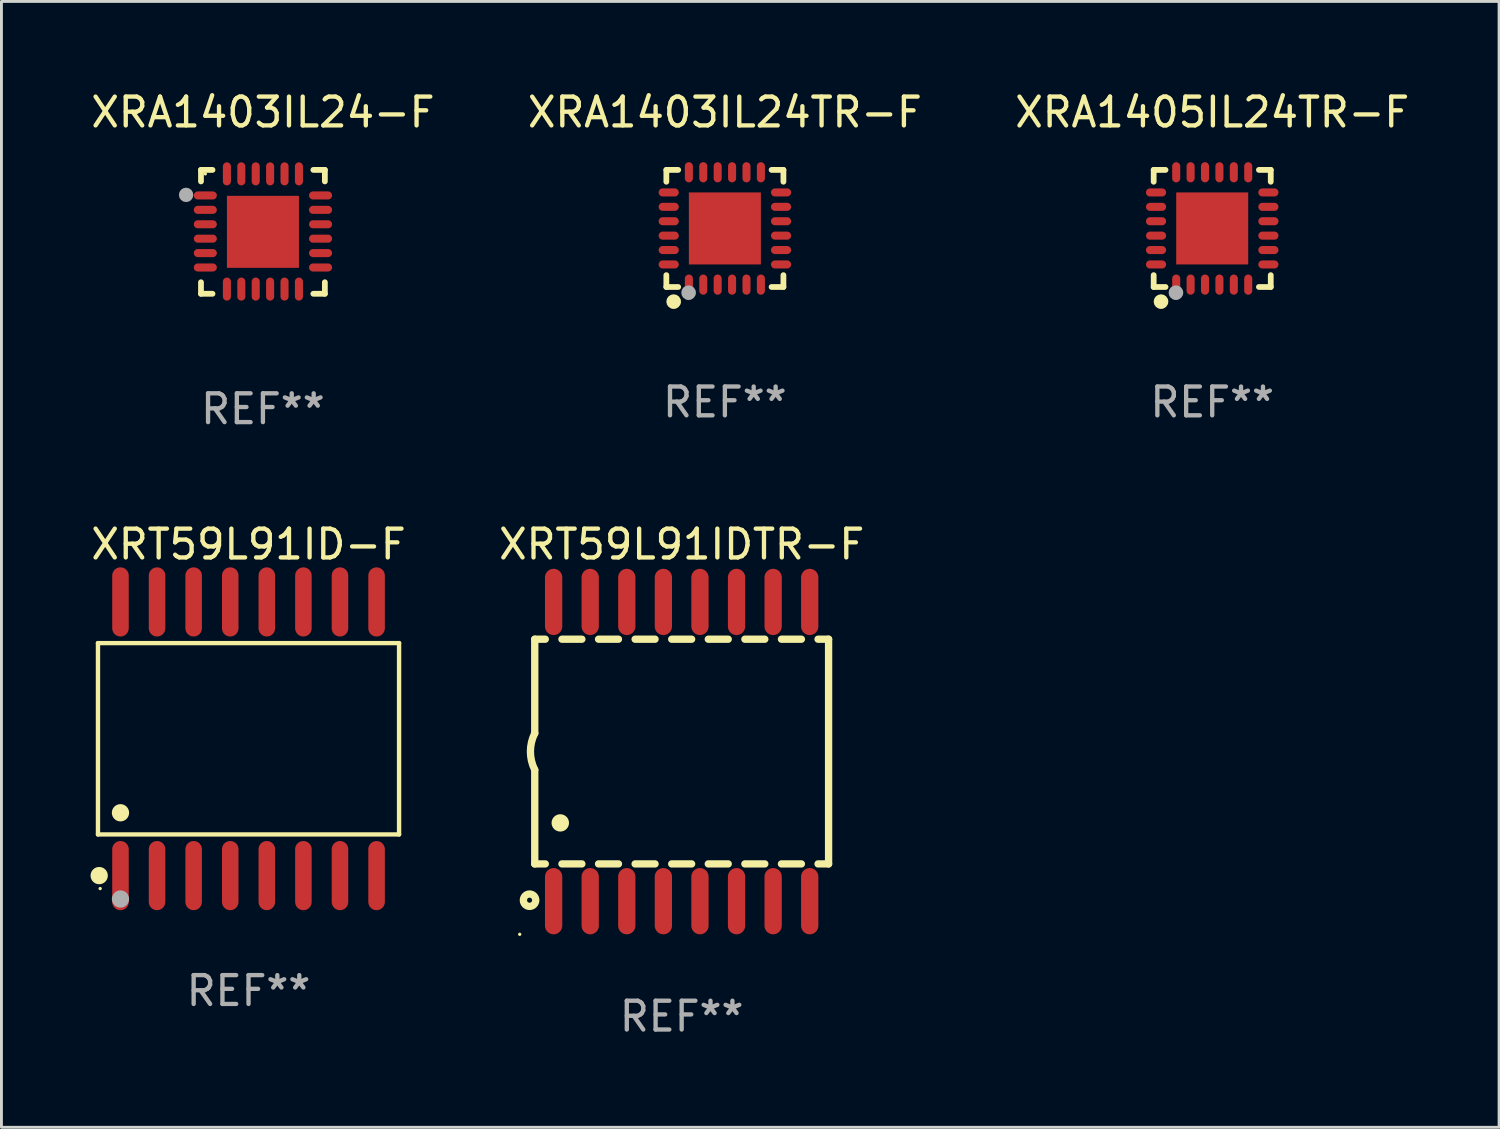
<source format=kicad_pcb>
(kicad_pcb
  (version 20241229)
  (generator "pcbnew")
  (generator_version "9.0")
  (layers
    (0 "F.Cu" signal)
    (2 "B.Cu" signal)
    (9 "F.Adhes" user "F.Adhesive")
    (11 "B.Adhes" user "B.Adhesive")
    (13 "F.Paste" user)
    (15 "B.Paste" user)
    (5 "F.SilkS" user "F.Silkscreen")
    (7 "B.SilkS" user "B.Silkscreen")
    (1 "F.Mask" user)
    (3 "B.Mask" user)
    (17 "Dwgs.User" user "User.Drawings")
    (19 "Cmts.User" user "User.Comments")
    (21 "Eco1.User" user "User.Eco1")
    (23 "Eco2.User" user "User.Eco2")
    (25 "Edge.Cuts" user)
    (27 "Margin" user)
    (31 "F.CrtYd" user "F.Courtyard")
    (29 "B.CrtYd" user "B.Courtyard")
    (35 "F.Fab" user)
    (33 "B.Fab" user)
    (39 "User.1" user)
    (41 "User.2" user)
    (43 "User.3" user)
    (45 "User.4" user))
  (footprint "XRA1405IL24TR-F"
    (layer "F.Cu")
    (at 39.03 4.88)
    (property "Reference" "XRA1405IL24TR-F" (at 0 -4.032 0) (layer "F.SilkS") (effects (font (size 1 1) (thickness 0.15))))
    (attr through_hole)
    (fp_line (start -2.032 -2.032) (end -1.621 -2.032) (stroke (width 0.2) (type solid)) (layer "F.SilkS"))
    (fp_line (start -2.032 -1.621) (end -2.032 -2.032) (stroke (width 0.2) (type solid)) (layer "F.SilkS"))
    (fp_line (start -2.032 2.032) (end -2.032 1.621) (stroke (width 0.2) (type solid)) (layer "F.SilkS"))
    (fp_line (start -1.621 2.032) (end -2.032 2.032) (stroke (width 0.2) (type solid)) (layer "F.SilkS"))
    (fp_line (start 1.621 -2.032) (end 2.032 -2.032) (stroke (width 0.2) (type solid)) (layer "F.SilkS"))
    (fp_line (start 2.032 -2.032) (end 2.032 -1.621) (stroke (width 0.2) (type solid)) (layer "F.SilkS"))
    (fp_line (start 2.032 1.621) (end 2.032 2.032) (stroke (width 0.2) (type solid)) (layer "F.SilkS"))
    (fp_line (start 2.032 2.032) (end 1.621 2.032) (stroke (width 0.2) (type solid)) (layer "F.SilkS"))
    (fp_circle (center -2 2) (end -1.97 2) (stroke (width 0.06) (type solid)) (fill no) (layer "F.SilkS"))
    (fp_circle (center -1.778 2.54) (end -1.651 2.54) (stroke (width 0.254) (type solid)) (fill no) (layer "F.SilkS"))
    (fp_circle (center -1.26 2.23) (end -1.133 2.23) (stroke (width 0.254) (type solid)) (fill no) (layer "F.Fab"))
    (fp_text user "REF**" (at 0 6.032 0) (layer "F.Fab") (effects (font (size 1 1) (thickness 0.15))))
    (pad "1" smd oval (at -1.25 1.95 180) (size 0.28 0.7) (layers "F.Cu" "F.Mask" "F.Paste"))
    (pad "2" smd oval (at -0.75 1.95 180) (size 0.28 0.7) (layers "F.Cu" "F.Mask" "F.Paste"))
    (pad "3" smd oval (at -0.25 1.95 180) (size 0.28 0.7) (layers "F.Cu" "F.Mask" "F.Paste"))
    (pad "4" smd oval (at 0.25 1.95 180) (size 0.28 0.7) (layers "F.Cu" "F.Mask" "F.Paste"))
    (pad "5" smd oval (at 0.75 1.95 180) (size 0.28 0.7) (layers "F.Cu" "F.Mask" "F.Paste"))
    (pad "6" smd oval (at 1.25 1.95 180) (size 0.28 0.7) (layers "F.Cu" "F.Mask" "F.Paste"))
    (pad "7" smd oval (at 1.95 1.25 270) (size 0.28 0.7) (layers "F.Cu" "F.Mask" "F.Paste"))
    (pad "8" smd oval (at 1.95 0.75 270) (size 0.28 0.7) (layers "F.Cu" "F.Mask" "F.Paste"))
    (pad "9" smd oval (at 1.95 0.25 270) (size 0.28 0.7) (layers "F.Cu" "F.Mask" "F.Paste"))
    (pad "10" smd oval (at 1.95 -0.25 270) (size 0.28 0.7) (layers "F.Cu" "F.Mask" "F.Paste"))
    (pad "11" smd oval (at 1.95 -0.75 270) (size 0.28 0.7) (layers "F.Cu" "F.Mask" "F.Paste"))
    (pad "12" smd oval (at 1.95 -1.25 270) (size 0.28 0.7) (layers "F.Cu" "F.Mask" "F.Paste"))
    (pad "13" smd oval (at 1.25 -1.95) (size 0.28 0.7) (layers "F.Cu" "F.Mask" "F.Paste"))
    (pad "14" smd oval (at 0.75 -1.95) (size 0.28 0.7) (layers "F.Cu" "F.Mask" "F.Paste"))
    (pad "15" smd oval (at 0.25 -1.95) (size 0.28 0.7) (layers "F.Cu" "F.Mask" "F.Paste"))
    (pad "16" smd oval (at -0.25 -1.95) (size 0.28 0.7) (layers "F.Cu" "F.Mask" "F.Paste"))
    (pad "17" smd oval (at -0.75 -1.95) (size 0.28 0.7) (layers "F.Cu" "F.Mask" "F.Paste"))
    (pad "18" smd oval (at -1.25 -1.95) (size 0.28 0.7) (layers "F.Cu" "F.Mask" "F.Paste"))
    (pad "19" smd oval (at -1.95 -1.25 90) (size 0.28 0.7) (layers "F.Cu" "F.Mask" "F.Paste"))
    (pad "20" smd oval (at -1.95 -0.75 90) (size 0.28 0.7) (layers "F.Cu" "F.Mask" "F.Paste"))
    (pad "21" smd oval (at -1.95 -0.25 90) (size 0.28 0.7) (layers "F.Cu" "F.Mask" "F.Paste"))
    (pad "22" smd oval (at -1.95 0.25 90) (size 0.28 0.7) (layers "F.Cu" "F.Mask" "F.Paste"))
    (pad "23" smd oval (at -1.95 0.75 90) (size 0.28 0.7) (layers "F.Cu" "F.Mask" "F.Paste"))
    (pad "24" smd oval (at -1.95 1.25 90) (size 0.28 0.7) (layers "F.Cu" "F.Mask" "F.Paste"))
    (pad "25" smd rect (at -0.000178 0.000025 90) (size 2.5 2.5) (layers "F.Cu" "F.Mask" "F.Paste")))
  (footprint "XRA1403IL24-F"
    (layer "F.Cu")
    (at 6.077 4.998)
    (property "Reference" "XRA1403IL24-F" (at 0 -4.15 0) (layer "F.SilkS") (effects (font (size 1 1) (thickness 0.15))))
    (attr through_hole)
    (fp_line (start -2.15 -2.15) (end -1.75 -2.15) (stroke (width 0.2) (type solid)) (layer "F.SilkS"))
    (fp_line (start -2.15 -1.75) (end -2.15 -2.15) (stroke (width 0.2) (type solid)) (layer "F.SilkS"))
    (fp_line (start -2.15 2.15) (end -2.15 1.75) (stroke (width 0.2) (type solid)) (layer "F.SilkS"))
    (fp_line (start -1.75 2.15) (end -2.15 2.15) (stroke (width 0.2) (type solid)) (layer "F.SilkS"))
    (fp_line (start 1.75 -2.15) (end 2.15 -2.15) (stroke (width 0.2) (type solid)) (layer "F.SilkS"))
    (fp_line (start 1.75 2.15) (end 2.15 2.15) (stroke (width 0.2) (type solid)) (layer "F.SilkS"))
    (fp_line (start 2.15 -2.15) (end 2.15 -1.75) (stroke (width 0.2) (type solid)) (layer "F.SilkS"))
    (fp_line (start 2.15 2.15) (end 2.15 1.75) (stroke (width 0.2) (type solid)) (layer "F.SilkS"))
    (fp_circle (center -2 -2.013) (end -1.97 -2.013) (stroke (width 0.06) (type solid)) (fill no) (layer "F.SilkS"))
    (fp_circle (center -2.667 -1.283) (end -2.542 -1.283) (stroke (width 0.25) (type solid)) (fill no) (layer "F.Fab"))
    (fp_text user "REF**" (at 0 6.15 0) (layer "F.Fab") (effects (font (size 1 1) (thickness 0.15))))
    (pad "1" smd oval (at -2 -1.263) (size 0.8 0.28) (layers "F.Cu" "F.Mask" "F.Paste"))
    (pad "2" smd oval (at -2 -0.763) (size 0.8 0.28) (layers "F.Cu" "F.Mask" "F.Paste"))
    (pad "3" smd oval (at -2 -0.263) (size 0.8 0.28) (layers "F.Cu" "F.Mask" "F.Paste"))
    (pad "4" smd oval (at -2 0.237) (size 0.8 0.28) (layers "F.Cu" "F.Mask" "F.Paste"))
    (pad "5" smd oval (at -2 0.737) (size 0.8 0.28) (layers "F.Cu" "F.Mask" "F.Paste"))
    (pad "6" smd oval (at -2 1.237) (size 0.8 0.28) (layers "F.Cu" "F.Mask" "F.Paste"))
    (pad "7" smd oval (at -1.25 1.987) (size 0.28 0.8) (layers "F.Cu" "F.Mask" "F.Paste"))
    (pad "8" smd oval (at -0.75 1.987) (size 0.28 0.8) (layers "F.Cu" "F.Mask" "F.Paste"))
    (pad "9" smd oval (at -0.25 1.987) (size 0.28 0.8) (layers "F.Cu" "F.Mask" "F.Paste"))
    (pad "10" smd oval (at 0.25 1.987) (size 0.28 0.8) (layers "F.Cu" "F.Mask" "F.Paste"))
    (pad "11" smd oval (at 0.75 1.987) (size 0.28 0.8) (layers "F.Cu" "F.Mask" "F.Paste"))
    (pad "12" smd oval (at 1.25 1.987) (size 0.28 0.8) (layers "F.Cu" "F.Mask" "F.Paste"))
    (pad "13" smd oval (at 2 1.237) (size 0.8 0.28) (layers "F.Cu" "F.Mask" "F.Paste"))
    (pad "14" smd oval (at 2 0.737) (size 0.8 0.28) (layers "F.Cu" "F.Mask" "F.Paste"))
    (pad "15" smd oval (at 2 0.237) (size 0.8 0.28) (layers "F.Cu" "F.Mask" "F.Paste"))
    (pad "16" smd oval (at 2 -0.263) (size 0.8 0.28) (layers "F.Cu" "F.Mask" "F.Paste"))
    (pad "17" smd oval (at 2 -0.763) (size 0.8 0.28) (layers "F.Cu" "F.Mask" "F.Paste"))
    (pad "18" smd oval (at 2 -1.263) (size 0.8 0.28) (layers "F.Cu" "F.Mask" "F.Paste"))
    (pad "19" smd oval (at 1.25 -2.013) (size 0.28 0.8) (layers "F.Cu" "F.Mask" "F.Paste"))
    (pad "20" smd oval (at 0.75 -2.013) (size 0.28 0.8) (layers "F.Cu" "F.Mask" "F.Paste"))
    (pad "21" smd oval (at 0.25 -2.013) (size 0.28 0.8) (layers "F.Cu" "F.Mask" "F.Paste"))
    (pad "22" smd oval (at -0.25 -2.013) (size 0.28 0.8) (layers "F.Cu" "F.Mask" "F.Paste"))
    (pad "23" smd oval (at -0.75 -2.013) (size 0.28 0.8) (layers "F.Cu" "F.Mask" "F.Paste"))
    (pad "24" smd oval (at -1.25 -2.013) (size 0.28 0.8) (layers "F.Cu" "F.Mask" "F.Paste"))
    (pad "25" smd rect (at -0.000127 -0.00014) (size 2.5 2.5) (layers "F.Cu" "F.Mask" "F.Paste")))
  (footprint "XRT59L91ID-F"
    (layer "F.Cu")
    (at 5.577 22.595)
    (property "Reference" "XRT59L91ID-F" (at 0 -6.75 0) (layer "F.SilkS") (effects (font (size 1 1) (thickness 0.15))))
    (attr through_hole)
    (fp_line (start -5.226 -3.321) (end 5.226 -3.321) (stroke (width 0.152) (type solid)) (layer "F.SilkS"))
    (fp_line (start -5.226 3.321) (end -5.226 -3.321) (stroke (width 0.152) (type solid)) (layer "F.SilkS"))
    (fp_line (start 5.226 -3.321) (end 5.226 3.321) (stroke (width 0.152) (type solid)) (layer "F.SilkS"))
    (fp_line (start 5.226 3.321) (end -5.226 3.321) (stroke (width 0.152) (type solid)) (layer "F.SilkS"))
    (fp_circle (center -5.184 4.75) (end -5.034 4.75) (stroke (width 0.3) (type solid)) (fill no) (layer "F.SilkS"))
    (fp_circle (center -5.15 5.2) (end -5.12 5.2) (stroke (width 0.06) (type solid)) (fill no) (layer "F.SilkS"))
    (fp_circle (center -4.445 2.569) (end -4.295 2.569) (stroke (width 0.3) (type solid)) (fill no) (layer "F.SilkS"))
    (fp_circle (center -4.445 5.563) (end -4.295 5.563) (stroke (width 0.3) (type solid)) (fill no) (layer "F.Fab"))
    (fp_text user "REF**" (at 0 8.75 0) (layer "F.Fab") (effects (font (size 1 1) (thickness 0.15))))
    (pad "1" smd oval (at -4.445 4.75) (size 0.574 2.401) (layers "F.Cu" "F.Mask" "F.Paste"))
    (pad "2" smd oval (at -3.175 4.75) (size 0.574 2.401) (layers "F.Cu" "F.Mask" "F.Paste"))
    (pad "3" smd oval (at -1.905 4.75) (size 0.574 2.401) (layers "F.Cu" "F.Mask" "F.Paste"))
    (pad "4" smd oval (at -0.635 4.75) (size 0.574 2.401) (layers "F.Cu" "F.Mask" "F.Paste"))
    (pad "5" smd oval (at 0.635 4.75) (size 0.574 2.401) (layers "F.Cu" "F.Mask" "F.Paste"))
    (pad "6" smd oval (at 1.905 4.75) (size 0.574 2.401) (layers "F.Cu" "F.Mask" "F.Paste"))
    (pad "7" smd oval (at 3.175 4.75) (size 0.574 2.401) (layers "F.Cu" "F.Mask" "F.Paste"))
    (pad "8" smd oval (at 4.445 4.75) (size 0.574 2.401) (layers "F.Cu" "F.Mask" "F.Paste"))
    (pad "9" smd oval (at 4.445 -4.75) (size 0.574 2.401) (layers "F.Cu" "F.Mask" "F.Paste"))
    (pad "10" smd oval (at 3.175 -4.75) (size 0.574 2.401) (layers "F.Cu" "F.Mask" "F.Paste"))
    (pad "11" smd oval (at 1.905 -4.75) (size 0.574 2.401) (layers "F.Cu" "F.Mask" "F.Paste"))
    (pad "12" smd oval (at 0.635 -4.75) (size 0.574 2.401) (layers "F.Cu" "F.Mask" "F.Paste"))
    (pad "13" smd oval (at -0.635 -4.75) (size 0.574 2.401) (layers "F.Cu" "F.Mask" "F.Paste"))
    (pad "14" smd oval (at -1.905 -4.75) (size 0.574 2.401) (layers "F.Cu" "F.Mask" "F.Paste"))
    (pad "15" smd oval (at -3.175 -4.75) (size 0.574 2.401) (layers "F.Cu" "F.Mask" "F.Paste"))
    (pad "16" smd oval (at -4.445 -4.75) (size 0.574 2.401) (layers "F.Cu" "F.Mask" "F.Paste")))
  (footprint "XRA1403IL24TR-F"
    (layer "F.Cu")
    (at 22.113 4.88)
    (property "Reference" "XRA1403IL24TR-F" (at 0 -4.032 0) (layer "F.SilkS") (effects (font (size 1 1) (thickness 0.15))))
    (attr through_hole)
    (fp_line (start -2.032 -2.032) (end -1.621 -2.032) (stroke (width 0.2) (type solid)) (layer "F.SilkS"))
    (fp_line (start -2.032 -1.621) (end -2.032 -2.032) (stroke (width 0.2) (type solid)) (layer "F.SilkS"))
    (fp_line (start -2.032 2.032) (end -2.032 1.621) (stroke (width 0.2) (type solid)) (layer "F.SilkS"))
    (fp_line (start -1.621 2.032) (end -2.032 2.032) (stroke (width 0.2) (type solid)) (layer "F.SilkS"))
    (fp_line (start 1.621 -2.032) (end 2.032 -2.032) (stroke (width 0.2) (type solid)) (layer "F.SilkS"))
    (fp_line (start 2.032 -2.032) (end 2.032 -1.621) (stroke (width 0.2) (type solid)) (layer "F.SilkS"))
    (fp_line (start 2.032 1.621) (end 2.032 2.032) (stroke (width 0.2) (type solid)) (layer "F.SilkS"))
    (fp_line (start 2.032 2.032) (end 1.621 2.032) (stroke (width 0.2) (type solid)) (layer "F.SilkS"))
    (fp_circle (center -2 2) (end -1.97 2) (stroke (width 0.06) (type solid)) (fill no) (layer "F.SilkS"))
    (fp_circle (center -1.778 2.54) (end -1.651 2.54) (stroke (width 0.254) (type solid)) (fill no) (layer "F.SilkS"))
    (fp_circle (center -1.26 2.23) (end -1.133 2.23) (stroke (width 0.254) (type solid)) (fill no) (layer "F.Fab"))
    (fp_text user "REF**" (at 0 6.032 0) (layer "F.Fab") (effects (font (size 1 1) (thickness 0.15))))
    (pad "1" smd oval (at -1.25 1.95 180) (size 0.28 0.7) (layers "F.Cu" "F.Mask" "F.Paste"))
    (pad "2" smd oval (at -0.75 1.95 180) (size 0.28 0.7) (layers "F.Cu" "F.Mask" "F.Paste"))
    (pad "3" smd oval (at -0.25 1.95 180) (size 0.28 0.7) (layers "F.Cu" "F.Mask" "F.Paste"))
    (pad "4" smd oval (at 0.25 1.95 180) (size 0.28 0.7) (layers "F.Cu" "F.Mask" "F.Paste"))
    (pad "5" smd oval (at 0.75 1.95 180) (size 0.28 0.7) (layers "F.Cu" "F.Mask" "F.Paste"))
    (pad "6" smd oval (at 1.25 1.95 180) (size 0.28 0.7) (layers "F.Cu" "F.Mask" "F.Paste"))
    (pad "7" smd oval (at 1.95 1.25 270) (size 0.28 0.7) (layers "F.Cu" "F.Mask" "F.Paste"))
    (pad "8" smd oval (at 1.95 0.75 270) (size 0.28 0.7) (layers "F.Cu" "F.Mask" "F.Paste"))
    (pad "9" smd oval (at 1.95 0.25 270) (size 0.28 0.7) (layers "F.Cu" "F.Mask" "F.Paste"))
    (pad "10" smd oval (at 1.95 -0.25 270) (size 0.28 0.7) (layers "F.Cu" "F.Mask" "F.Paste"))
    (pad "11" smd oval (at 1.95 -0.75 270) (size 0.28 0.7) (layers "F.Cu" "F.Mask" "F.Paste"))
    (pad "12" smd oval (at 1.95 -1.25 270) (size 0.28 0.7) (layers "F.Cu" "F.Mask" "F.Paste"))
    (pad "13" smd oval (at 1.25 -1.95) (size 0.28 0.7) (layers "F.Cu" "F.Mask" "F.Paste"))
    (pad "14" smd oval (at 0.75 -1.95) (size 0.28 0.7) (layers "F.Cu" "F.Mask" "F.Paste"))
    (pad "15" smd oval (at 0.25 -1.95) (size 0.28 0.7) (layers "F.Cu" "F.Mask" "F.Paste"))
    (pad "16" smd oval (at -0.25 -1.95) (size 0.28 0.7) (layers "F.Cu" "F.Mask" "F.Paste"))
    (pad "17" smd oval (at -0.75 -1.95) (size 0.28 0.7) (layers "F.Cu" "F.Mask" "F.Paste"))
    (pad "18" smd oval (at -1.25 -1.95) (size 0.28 0.7) (layers "F.Cu" "F.Mask" "F.Paste"))
    (pad "19" smd oval (at -1.95 -1.25 90) (size 0.28 0.7) (layers "F.Cu" "F.Mask" "F.Paste"))
    (pad "20" smd oval (at -1.95 -0.75 90) (size 0.28 0.7) (layers "F.Cu" "F.Mask" "F.Paste"))
    (pad "21" smd oval (at -1.95 -0.25 90) (size 0.28 0.7) (layers "F.Cu" "F.Mask" "F.Paste"))
    (pad "22" smd oval (at -1.95 0.25 90) (size 0.28 0.7) (layers "F.Cu" "F.Mask" "F.Paste"))
    (pad "23" smd oval (at -1.95 0.75 90) (size 0.28 0.7) (layers "F.Cu" "F.Mask" "F.Paste"))
    (pad "24" smd oval (at -1.95 1.25 90) (size 0.28 0.7) (layers "F.Cu" "F.Mask" "F.Paste"))
    (pad "25" smd rect (at -0.000178 0.000025 90) (size 2.5 2.5) (layers "F.Cu" "F.Mask" "F.Paste")))
  (footprint "XRT59L91IDTR-F"
    (layer "F.Cu")
    (at 20.613 23.039)
    (property "Reference" "XRT59L91IDTR-F" (at 0 -7.194 0) (layer "F.SilkS") (effects (font (size 1 1) (thickness 0.15))))
    (attr through_hole)
    (fp_line (start -5.1 -3.9) (end -5.1 -0.635) (stroke (width 0.254) (type solid)) (layer "F.SilkS"))
    (fp_line (start -5.1 -3.9) (end -4.734 -3.9) (stroke (width 0.254) (type solid)) (layer "F.SilkS"))
    (fp_line (start -5.1 3.9) (end -5.1 0.635) (stroke (width 0.254) (type solid)) (layer "F.SilkS"))
    (fp_line (start -5.1 3.9) (end -4.734 3.9) (stroke (width 0.254) (type solid)) (layer "F.SilkS"))
    (fp_line (start -4.156 -3.9) (end -3.464 -3.9) (stroke (width 0.254) (type solid)) (layer "F.SilkS"))
    (fp_line (start -4.156 3.9) (end -3.464 3.9) (stroke (width 0.254) (type solid)) (layer "F.SilkS"))
    (fp_line (start -2.886 -3.9) (end -2.194 -3.9) (stroke (width 0.254) (type solid)) (layer "F.SilkS"))
    (fp_line (start -2.886 3.9) (end -2.194 3.9) (stroke (width 0.254) (type solid)) (layer "F.SilkS"))
    (fp_line (start -1.616 -3.9) (end -0.924 -3.9) (stroke (width 0.254) (type solid)) (layer "F.SilkS"))
    (fp_line (start -1.616 3.9) (end -0.924 3.9) (stroke (width 0.254) (type solid)) (layer "F.SilkS"))
    (fp_line (start -0.346 -3.9) (end 0.346 -3.9) (stroke (width 0.254) (type solid)) (layer "F.SilkS"))
    (fp_line (start -0.346 3.9) (end 0.346 3.9) (stroke (width 0.254) (type solid)) (layer "F.SilkS"))
    (fp_line (start 0.924 -3.9) (end 1.616 -3.9) (stroke (width 0.254) (type solid)) (layer "F.SilkS"))
    (fp_line (start 0.924 3.9) (end 1.616 3.9) (stroke (width 0.254) (type solid)) (layer "F.SilkS"))
    (fp_line (start 2.194 -3.9) (end 2.886 -3.9) (stroke (width 0.254) (type solid)) (layer "F.SilkS"))
    (fp_line (start 2.194 3.9) (end 2.886 3.9) (stroke (width 0.254) (type solid)) (layer "F.SilkS"))
    (fp_line (start 3.464 -3.9) (end 4.156 -3.9) (stroke (width 0.254) (type solid)) (layer "F.SilkS"))
    (fp_line (start 3.464 3.9) (end 4.156 3.9) (stroke (width 0.254) (type solid)) (layer "F.SilkS"))
    (fp_line (start 4.734 -3.9) (end 5.1 -3.9) (stroke (width 0.254) (type solid)) (layer "F.SilkS"))
    (fp_line (start 4.734 3.9) (end 5.1 3.9) (stroke (width 0.254) (type solid)) (layer "F.SilkS"))
    (fp_line (start 5.1 3.9) (end 5.1 -3.9) (stroke (width 0.254) (type solid)) (layer "F.SilkS"))
    (fp_arc (start -5.100343 0.635002) (mid -5.25016 -0.00003) (end -5.100089 -0.635001) (stroke (width 0.254001) (type solid)) (layer "F.SilkS"))
    (fp_arc (start -4.216421 2.476505) (mid -4.213881 2.476494) (end -4.211341 2.476505) (stroke (width 0.6) (type solid)) (layer "F.SilkS"))
    (fp_circle (center -5.622 6.344) (end -5.592 6.344) (stroke (width 0.06) (type solid)) (fill no) (layer "F.SilkS"))
    (fp_circle (center -5.28 5.16) (end -5.065 5.16) (stroke (width 0.254) (type solid)) (fill no) (layer "F.SilkS"))
    (fp_text user "REF**" (at 0 9.194 0) (layer "F.Fab") (effects (font (size 1 1) (thickness 0.15))))
    (pad "1" smd oval (at -4.445 5.194 180) (size 0.6 2.3) (layers "F.Cu" "F.Mask" "F.Paste"))
    (pad "2" smd oval (at -3.175 5.194 180) (size 0.6 2.3) (layers "F.Cu" "F.Mask" "F.Paste"))
    (pad "3" smd oval (at -1.905 5.194 180) (size 0.6 2.3) (layers "F.Cu" "F.Mask" "F.Paste"))
    (pad "4" smd oval (at -0.635 5.194 180) (size 0.6 2.3) (layers "F.Cu" "F.Mask" "F.Paste"))
    (pad "5" smd oval (at 0.635 5.194 180) (size 0.6 2.3) (layers "F.Cu" "F.Mask" "F.Paste"))
    (pad "6" smd oval (at 1.905 5.194 180) (size 0.6 2.3) (layers "F.Cu" "F.Mask" "F.Paste"))
    (pad "7" smd oval (at 3.175 5.194 180) (size 0.6 2.3) (layers "F.Cu" "F.Mask" "F.Paste"))
    (pad "8" smd oval (at 4.445 5.194 180) (size 0.6 2.3) (layers "F.Cu" "F.Mask" "F.Paste"))
    (pad "9" smd oval (at 4.445 -5.194 180) (size 0.6 2.3) (layers "F.Cu" "F.Mask" "F.Paste"))
    (pad "10" smd oval (at 3.175 -5.194 180) (size 0.6 2.3) (layers "F.Cu" "F.Mask" "F.Paste"))
    (pad "11" smd oval (at 1.905 -5.194 180) (size 0.6 2.3) (layers "F.Cu" "F.Mask" "F.Paste"))
    (pad "12" smd oval (at 0.635 -5.194 180) (size 0.6 2.3) (layers "F.Cu" "F.Mask" "F.Paste"))
    (pad "13" smd oval (at -0.635 -5.194 180) (size 0.6 2.3) (layers "F.Cu" "F.Mask" "F.Paste"))
    (pad "14" smd oval (at -1.905 -5.194 180) (size 0.6 2.3) (layers "F.Cu" "F.Mask" "F.Paste"))
    (pad "15" smd oval (at -3.175 -5.194 180) (size 0.6 2.3) (layers "F.Cu" "F.Mask" "F.Paste"))
    (pad "16" smd oval (at -4.445 -5.194 180) (size 0.6 2.3) (layers "F.Cu" "F.Mask" "F.Paste")))
  (gr_rect
    (start -3 -3)
    (end 48.988 36.082)
    (stroke (width 0.1) (type default))
    (fill no)
    (layer "Edge.Cuts")))
</source>
